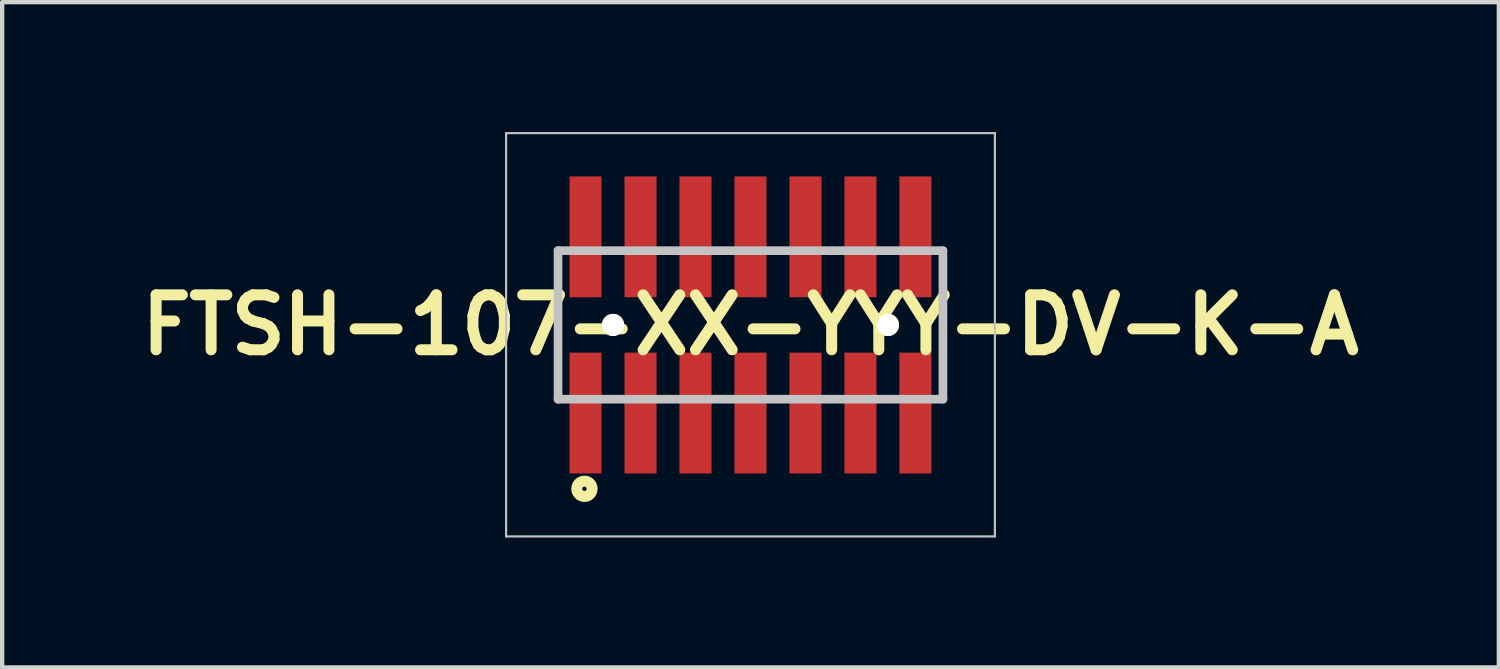
<source format=kicad_pcb>
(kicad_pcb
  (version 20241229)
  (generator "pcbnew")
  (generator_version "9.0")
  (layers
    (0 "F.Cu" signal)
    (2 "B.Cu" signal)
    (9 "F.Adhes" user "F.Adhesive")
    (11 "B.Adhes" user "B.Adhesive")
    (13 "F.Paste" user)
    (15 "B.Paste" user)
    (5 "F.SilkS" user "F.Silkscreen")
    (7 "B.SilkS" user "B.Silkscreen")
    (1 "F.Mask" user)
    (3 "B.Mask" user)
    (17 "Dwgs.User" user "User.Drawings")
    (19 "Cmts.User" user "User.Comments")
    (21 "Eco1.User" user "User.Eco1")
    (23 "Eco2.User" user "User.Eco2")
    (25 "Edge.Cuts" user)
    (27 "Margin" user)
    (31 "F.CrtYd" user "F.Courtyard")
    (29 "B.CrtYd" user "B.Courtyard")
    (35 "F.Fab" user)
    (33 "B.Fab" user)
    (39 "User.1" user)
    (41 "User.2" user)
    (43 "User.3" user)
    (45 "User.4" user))
  (footprint "FTSH-107-XX-YYY-DV-K-A"
    (layer "F.Cu")
    (at 14.284 4.455)
    (property "Reference" "FTSH-107-XX-YYY-DV-K-A" (at 0 0 0) (layer "F.SilkS") (effects (font (size 1.27 1.27) (thickness 0.254))))
    (attr through_hole exclude_from_pos_files)
    (fp_line (start -4.445 1.715) (end -4.445 -1.715) (stroke (width 0.1) (type solid)) (layer "F.SilkS"))
    (fp_line (start 4.445 -1.715) (end 4.445 1.715) (stroke (width 0.1) (type solid)) (layer "F.SilkS"))
    (fp_circle (center -3.835 3.785) (end -3.885 3.785) (stroke (width 0.254) (type solid)) (fill no) (layer "F.SilkS"))
    (fp_line (start -5.645 -4.43) (end 5.645 -4.43) (stroke (width 0.05) (type solid)) (layer "Dwgs.User"))
    (fp_line (start -5.645 4.885) (end -5.645 -4.43) (stroke (width 0.05) (type solid)) (layer "Dwgs.User"))
    (fp_line (start -4.445 -1.715) (end 4.445 -1.715) (stroke (width 0.2) (type solid)) (layer "Dwgs.User"))
    (fp_line (start -4.445 1.715) (end -4.445 -1.715) (stroke (width 0.2) (type solid)) (layer "Dwgs.User"))
    (fp_line (start 4.445 -1.715) (end 4.445 1.715) (stroke (width 0.2) (type solid)) (layer "Dwgs.User"))
    (fp_line (start 4.445 1.715) (end -4.445 1.715) (stroke (width 0.2) (type solid)) (layer "Dwgs.User"))
    (fp_line (start 5.645 -4.43) (end 5.645 4.885) (stroke (width 0.05) (type solid)) (layer "Dwgs.User"))
    (fp_line (start 5.645 4.885) (end -5.645 4.885) (stroke (width 0.05) (type solid)) (layer "Dwgs.User"))
    (pad "1" smd rect (at -3.81 2.035) (size 0.74 2.79) (layers "F.Cu" "F.Mask" "F.Paste"))
    (pad "2" smd rect (at -3.81 -2.035) (size 0.74 2.79) (layers "F.Cu" "F.Mask" "F.Paste"))
    (pad "3" smd rect (at -2.54 2.035) (size 0.74 2.79) (layers "F.Cu" "F.Mask" "F.Paste"))
    (pad "4" smd rect (at -2.54 -2.035) (size 0.74 2.79) (layers "F.Cu" "F.Mask" "F.Paste"))
    (pad "5" smd rect (at -1.27 2.035) (size 0.74 2.79) (layers "F.Cu" "F.Mask" "F.Paste"))
    (pad "6" smd rect (at -1.27 -2.035) (size 0.74 2.79) (layers "F.Cu" "F.Mask" "F.Paste"))
    (pad "7" smd rect (at 0 2.035) (size 0.74 2.79) (layers "F.Cu" "F.Mask" "F.Paste"))
    (pad "8" smd rect (at 0 -2.035) (size 0.74 2.79) (layers "F.Cu" "F.Mask" "F.Paste"))
    (pad "9" smd rect (at 1.27 2.035) (size 0.74 2.79) (layers "F.Cu" "F.Mask" "F.Paste"))
    (pad "10" smd rect (at 1.27 -2.035) (size 0.74 2.79) (layers "F.Cu" "F.Mask" "F.Paste"))
    (pad "11" smd rect (at 2.54 2.035) (size 0.74 2.79) (layers "F.Cu" "F.Mask" "F.Paste"))
    (pad "12" smd rect (at 2.54 -2.035) (size 0.74 2.79) (layers "F.Cu" "F.Mask" "F.Paste"))
    (pad "13" smd rect (at 3.81 2.035) (size 0.74 2.79) (layers "F.Cu" "F.Mask" "F.Paste"))
    (pad "14" smd rect (at 3.81 -2.035) (size 0.74 2.79) (layers "F.Cu" "F.Mask" "F.Paste"))
    (pad "15" thru_hole circle (at -3.175 0 90) (size 0.51 0.51) (drill 1.02) (layers "*.Cu" "*.Mask" "F.SilkS"))
    (pad "16" thru_hole circle (at 3.175 0 90) (size 0.51 0.51) (drill 1.02) (layers "*.Cu" "*.Mask" "F.SilkS")))
  (gr_rect
    (start -3 -3)
    (end 31.569 12.365)
    (stroke (width 0.1) (type default))
    (fill no)
    (layer "Edge.Cuts")))
</source>
